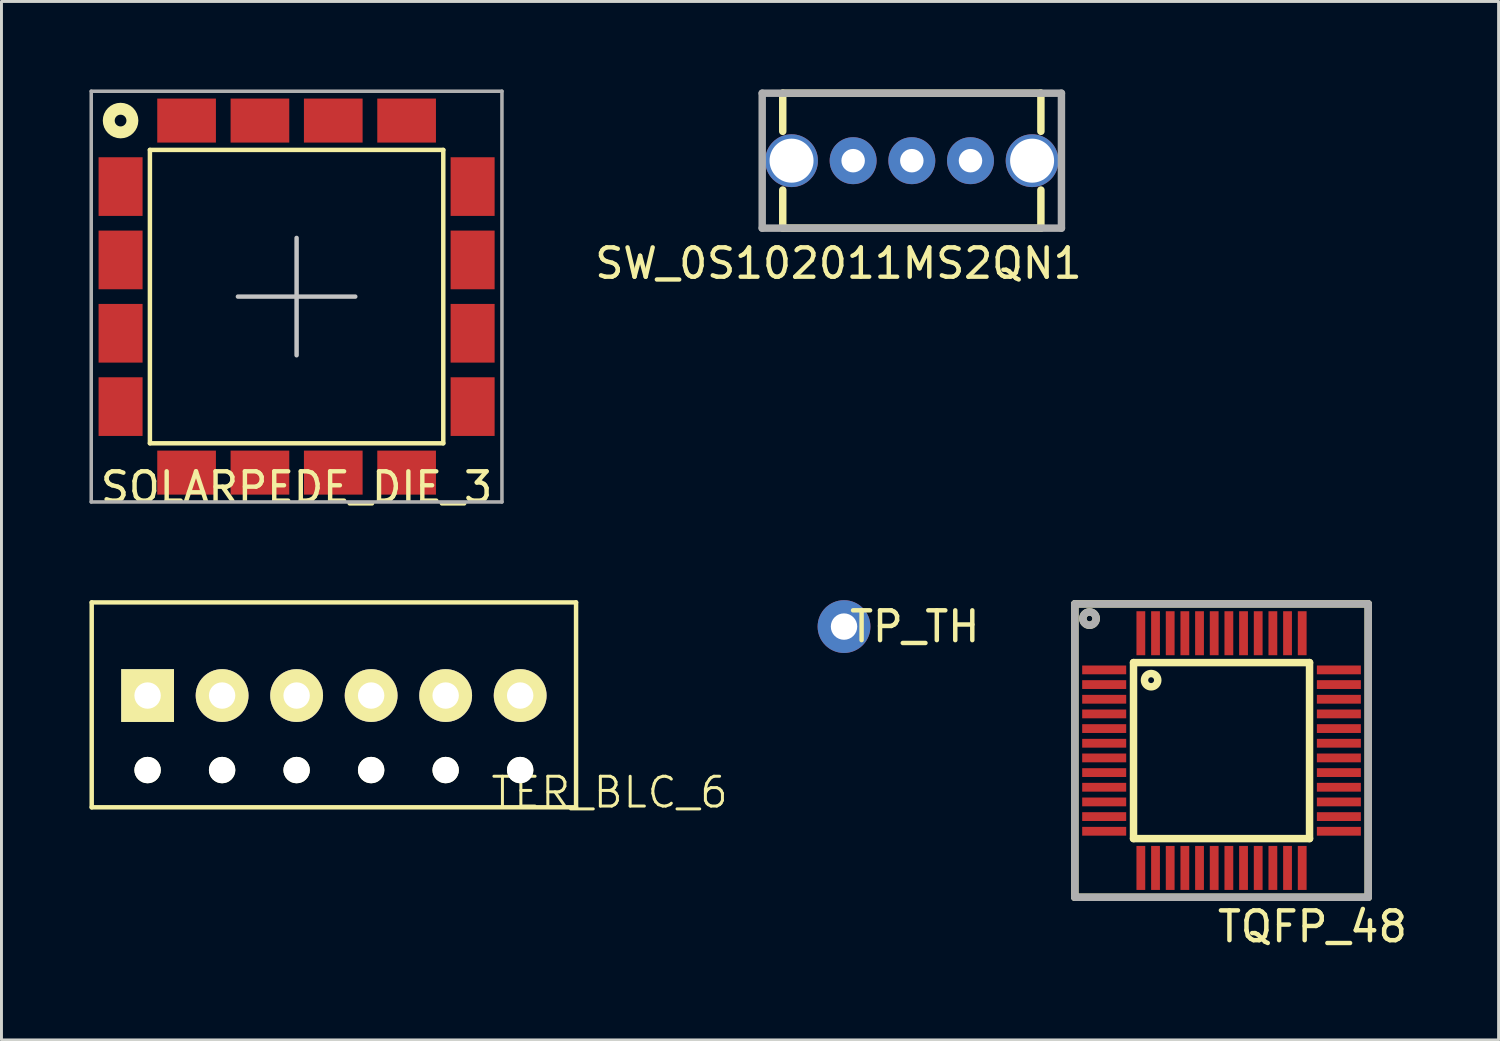
<source format=kicad_pcb>
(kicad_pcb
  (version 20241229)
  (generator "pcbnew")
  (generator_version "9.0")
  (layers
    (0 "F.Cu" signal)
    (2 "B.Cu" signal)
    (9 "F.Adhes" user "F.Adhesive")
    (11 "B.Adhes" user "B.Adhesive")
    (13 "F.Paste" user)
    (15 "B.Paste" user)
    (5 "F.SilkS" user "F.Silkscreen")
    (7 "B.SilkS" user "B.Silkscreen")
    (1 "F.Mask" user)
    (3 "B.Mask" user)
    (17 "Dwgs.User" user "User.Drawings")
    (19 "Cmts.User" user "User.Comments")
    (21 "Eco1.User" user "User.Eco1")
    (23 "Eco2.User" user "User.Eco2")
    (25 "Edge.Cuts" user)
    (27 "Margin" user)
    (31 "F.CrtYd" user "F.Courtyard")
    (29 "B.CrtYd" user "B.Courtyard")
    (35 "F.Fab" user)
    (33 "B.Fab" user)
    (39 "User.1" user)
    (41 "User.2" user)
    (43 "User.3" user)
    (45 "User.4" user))
  (footprint "TP_TH"
    (layer "F.Cu")
    (at 25.72 18.308)
    (property "Reference" "TP_TH" (at 2.413 0 0) (layer "F.SilkS") (effects (font (size 1.016 1.016) (thickness 0.152))))
    (attr through_hole)
    (pad "1" thru_hole circle (at 0 0) (size 1.8 1.8) (drill 0.9) (layers "*.Cu" "*.Mask")))
  (footprint "TER_BLC_6"
    (layer "F.Cu")
    (at 8.331 21.929)
    (property "Reference" "TER_BLC_6" (at 9.398 2.032 0) (layer "F.SilkS") (effects (font (size 1.016 1.016) (thickness 0.102))))
    (attr through_hole)
    (fp_line (start -8.255 -4.445) (end -8.255 2.54) (stroke (width 0.152) (type solid)) (layer "F.SilkS"))
    (fp_line (start -8.255 -4.445) (end 8.255 -4.445) (stroke (width 0.152) (type solid)) (layer "F.SilkS"))
    (fp_line (start 8.255 2.54) (end -8.255 2.54) (stroke (width 0.152) (type solid)) (layer "F.SilkS"))
    (fp_line (start 8.255 2.54) (end 8.255 -4.445) (stroke (width 0.152) (type solid)) (layer "F.SilkS"))
    (pad "" np_thru_hole circle (at -6.35 1.27) (size 0.9 0.9) (drill 0.9) (layers "*.Cu" "*.Mask" "F.SilkS"))
    (pad "" np_thru_hole circle (at -3.81 1.27) (size 0.9 0.9) (drill 0.9) (layers "*.Cu" "*.Mask" "F.SilkS"))
    (pad "" np_thru_hole circle (at -1.27 1.27) (size 0.9 0.9) (drill 0.9) (layers "*.Cu" "*.Mask" "F.SilkS"))
    (pad "" np_thru_hole circle (at 1.27 1.27) (size 0.9 0.9) (drill 0.9) (layers "*.Cu" "*.Mask" "F.SilkS"))
    (pad "" np_thru_hole circle (at 3.81 1.27) (size 0.9 0.9) (drill 0.9) (layers "*.Cu" "*.Mask" "F.SilkS"))
    (pad "" np_thru_hole circle (at 6.35 1.27) (size 0.9 0.9) (drill 0.9) (layers "*.Cu" "*.Mask" "F.SilkS"))
    (pad "1" thru_hole rect (at -6.35 -1.27) (size 1.8 1.8) (drill 0.9) (layers "*.Cu" "*.Mask" "F.SilkS"))
    (pad "2" thru_hole circle (at -3.81 -1.27) (size 1.8 1.8) (drill 0.9) (layers "*.Cu" "*.Mask" "F.SilkS"))
    (pad "3" thru_hole circle (at -1.27 -1.27) (size 1.8 1.8) (drill 0.9) (layers "*.Cu" "*.Mask" "F.SilkS"))
    (pad "4" thru_hole circle (at 1.27 -1.27) (size 1.8 1.8) (drill 0.9) (layers "*.Cu" "*.Mask" "F.SilkS"))
    (pad "5" thru_hole circle (at 3.81 -1.27) (size 1.8 1.8) (drill 0.9) (layers "*.Cu" "*.Mask" "F.SilkS"))
    (pad "6" thru_hole circle (at 6.35 -1.27) (size 1.8 1.8) (drill 0.9) (layers "*.Cu" "*.Mask" "F.SilkS")))
  (footprint "TQFP_48"
    (layer "F.Cu")
    (at 34.588 18.535)
    (property "Reference" "TQFP_48" (at 7.1 10 0) (layer "F.SilkS") (effects (font (size 1.016 1.016) (thickness 0.152))))
    (attr through_hole)
    (fp_line (start -1 -1) (end -1 9) (stroke (width 0.254) (type solid)) (layer "F.SilkS"))
    (fp_line (start -1 9) (end 9 9) (stroke (width 0.254) (type solid)) (layer "F.SilkS"))
    (fp_line (start 1 1) (end 7 1) (stroke (width 0.254) (type solid)) (layer "F.SilkS"))
    (fp_line (start 1 7) (end 1 1) (stroke (width 0.254) (type solid)) (layer "F.SilkS"))
    (fp_line (start 7 1) (end 7 7) (stroke (width 0.254) (type solid)) (layer "F.SilkS"))
    (fp_line (start 7 7) (end 1 7) (stroke (width 0.254) (type solid)) (layer "F.SilkS"))
    (fp_line (start 9 -1) (end -1 -1) (stroke (width 0.254) (type solid)) (layer "F.SilkS"))
    (fp_line (start 9 9) (end 9 -1) (stroke (width 0.254) (type solid)) (layer "F.SilkS"))
    (fp_circle (center -0.5 -0.5) (end -0.5 -0.4) (stroke (width 0.254) (type solid)) (fill no) (layer "F.SilkS"))
    (fp_circle (center 1.6 1.6) (end 1.6 1.7) (stroke (width 0.254) (type solid)) (fill no) (layer "F.SilkS"))
    (fp_line (start -1 -1) (end -1 9) (stroke (width 0.254) (type solid)) (layer "F.Fab"))
    (fp_line (start -1 9) (end 9 9) (stroke (width 0.254) (type solid)) (layer "F.Fab"))
    (fp_line (start 9 -1) (end -1 -1) (stroke (width 0.254) (type solid)) (layer "F.Fab"))
    (fp_line (start 9 9) (end 9 -1) (stroke (width 0.254) (type solid)) (layer "F.Fab"))
    (fp_circle (center -0.5 -0.5) (end -0.4 -0.5) (stroke (width 0.254) (type solid)) (fill no) (layer "F.Fab"))
    (pad "1" smd rect (at 0 1.25 90) (size 0.3 1.5) (layers "F.Cu" "F.Mask" "F.Paste"))
    (pad "2" smd rect (at 0 1.75 90) (size 0.3 1.5) (layers "F.Cu" "F.Mask" "F.Paste"))
    (pad "3" smd rect (at 0 2.25 90) (size 0.3 1.5) (layers "F.Cu" "F.Mask" "F.Paste"))
    (pad "4" smd rect (at 0 2.75 90) (size 0.3 1.5) (layers "F.Cu" "F.Mask" "F.Paste"))
    (pad "5" smd rect (at 0 3.25 90) (size 0.3 1.5) (layers "F.Cu" "F.Mask" "F.Paste"))
    (pad "6" smd rect (at 0 3.75 90) (size 0.3 1.5) (layers "F.Cu" "F.Mask" "F.Paste"))
    (pad "7" smd rect (at 0 4.25 90) (size 0.3 1.5) (layers "F.Cu" "F.Mask" "F.Paste"))
    (pad "8" smd rect (at 0 4.75 90) (size 0.3 1.5) (layers "F.Cu" "F.Mask" "F.Paste"))
    (pad "9" smd rect (at 0 5.25 90) (size 0.3 1.5) (layers "F.Cu" "F.Mask" "F.Paste"))
    (pad "10" smd rect (at 0 5.75 90) (size 0.3 1.5) (layers "F.Cu" "F.Mask" "F.Paste"))
    (pad "11" smd rect (at 0 6.25 90) (size 0.3 1.5) (layers "F.Cu" "F.Mask" "F.Paste"))
    (pad "12" smd rect (at 0 6.75 90) (size 0.3 1.5) (layers "F.Cu" "F.Mask" "F.Paste"))
    (pad "13" smd rect (at 1.25 8) (size 0.3 1.5) (layers "F.Cu" "F.Mask" "F.Paste"))
    (pad "14" smd rect (at 1.75 8) (size 0.3 1.5) (layers "F.Cu" "F.Mask" "F.Paste"))
    (pad "15" smd rect (at 2.25 8) (size 0.3 1.5) (layers "F.Cu" "F.Mask" "F.Paste"))
    (pad "16" smd rect (at 2.75 8) (size 0.3 1.5) (layers "F.Cu" "F.Mask" "F.Paste"))
    (pad "17" smd rect (at 3.25 8) (size 0.3 1.5) (layers "F.Cu" "F.Mask" "F.Paste"))
    (pad "18" smd rect (at 3.75 8) (size 0.3 1.5) (layers "F.Cu" "F.Mask" "F.Paste"))
    (pad "19" smd rect (at 4.25 8) (size 0.3 1.5) (layers "F.Cu" "F.Mask" "F.Paste"))
    (pad "20" smd rect (at 4.75 8) (size 0.3 1.5) (layers "F.Cu" "F.Mask" "F.Paste"))
    (pad "21" smd rect (at 5.25 8) (size 0.3 1.5) (layers "F.Cu" "F.Mask" "F.Paste"))
    (pad "22" smd rect (at 5.75 8) (size 0.3 1.5) (layers "F.Cu" "F.Mask" "F.Paste"))
    (pad "23" smd rect (at 6.25 8) (size 0.3 1.5) (layers "F.Cu" "F.Mask" "F.Paste"))
    (pad "24" smd rect (at 6.75 8) (size 0.3 1.5) (layers "F.Cu" "F.Mask" "F.Paste"))
    (pad "25" smd rect (at 8 6.75 90) (size 0.3 1.5) (layers "F.Cu" "F.Mask" "F.Paste"))
    (pad "26" smd rect (at 8 6.25 90) (size 0.3 1.5) (layers "F.Cu" "F.Mask" "F.Paste"))
    (pad "27" smd rect (at 8 5.75 90) (size 0.3 1.5) (layers "F.Cu" "F.Mask" "F.Paste"))
    (pad "28" smd rect (at 8 5.25 90) (size 0.3 1.5) (layers "F.Cu" "F.Mask" "F.Paste"))
    (pad "29" smd rect (at 8 4.75 90) (size 0.3 1.5) (layers "F.Cu" "F.Mask" "F.Paste"))
    (pad "30" smd rect (at 8 4.25 90) (size 0.3 1.5) (layers "F.Cu" "F.Mask" "F.Paste"))
    (pad "31" smd rect (at 8 3.75 90) (size 0.3 1.5) (layers "F.Cu" "F.Mask" "F.Paste"))
    (pad "32" smd rect (at 8 3.25 90) (size 0.3 1.5) (layers "F.Cu" "F.Mask" "F.Paste"))
    (pad "33" smd rect (at 8 2.75 90) (size 0.3 1.5) (layers "F.Cu" "F.Mask" "F.Paste"))
    (pad "34" smd rect (at 8 2.25 90) (size 0.3 1.5) (layers "F.Cu" "F.Mask" "F.Paste"))
    (pad "35" smd rect (at 8 1.75 90) (size 0.3 1.5) (layers "F.Cu" "F.Mask" "F.Paste"))
    (pad "36" smd rect (at 8 1.25 90) (size 0.3 1.5) (layers "F.Cu" "F.Mask" "F.Paste"))
    (pad "37" smd rect (at 6.75 0) (size 0.3 1.5) (layers "F.Cu" "F.Mask" "F.Paste"))
    (pad "38" smd rect (at 6.25 0) (size 0.3 1.5) (layers "F.Cu" "F.Mask" "F.Paste"))
    (pad "39" smd rect (at 5.75 0) (size 0.3 1.5) (layers "F.Cu" "F.Mask" "F.Paste"))
    (pad "40" smd rect (at 5.25 0) (size 0.3 1.5) (layers "F.Cu" "F.Mask" "F.Paste"))
    (pad "41" smd rect (at 4.75 0) (size 0.3 1.5) (layers "F.Cu" "F.Mask" "F.Paste"))
    (pad "42" smd rect (at 4.25 0) (size 0.3 1.5) (layers "F.Cu" "F.Mask" "F.Paste"))
    (pad "43" smd rect (at 3.75 0) (size 0.3 1.5) (layers "F.Cu" "F.Mask" "F.Paste"))
    (pad "44" smd rect (at 3.25 0) (size 0.3 1.5) (layers "F.Cu" "F.Mask" "F.Paste"))
    (pad "45" smd rect (at 2.75 0) (size 0.3 1.5) (layers "F.Cu" "F.Mask" "F.Paste"))
    (pad "46" smd rect (at 2.25 0) (size 0.3 1.5) (layers "F.Cu" "F.Mask" "F.Paste"))
    (pad "47" smd rect (at 1.75 0) (size 0.3 1.5) (layers "F.Cu" "F.Mask" "F.Paste"))
    (pad "48" smd rect (at 1.25 0) (size 0.3 1.5) (layers "F.Cu" "F.Mask" "F.Paste")))
  (footprint "SW_0S102011MS2QN1"
    (layer "F.Cu")
    (at 23.931 2.427)
    (property "Reference" "SW_0S102011MS2QN1" (at 1.6 3.5 0) (layer "F.SilkS") (effects (font (size 1 1) (thickness 0.15))))
    (attr through_hole)
    (fp_line (start -0.3 -2.3) (end -0.3 -1) (stroke (width 0.254) (type solid)) (layer "F.SilkS"))
    (fp_line (start -0.3 1) (end -0.3 2.3) (stroke (width 0.254) (type solid)) (layer "F.SilkS"))
    (fp_line (start -0.3 2.3) (end 8.5 2.3) (stroke (width 0.254) (type solid)) (layer "F.SilkS"))
    (fp_line (start 8.5 -2.3) (end -0.3 -2.3) (stroke (width 0.254) (type solid)) (layer "F.SilkS"))
    (fp_line (start 8.5 -2.3) (end 8.5 -1) (stroke (width 0.254) (type solid)) (layer "F.SilkS"))
    (fp_line (start 8.5 1) (end 8.5 2.3) (stroke (width 0.254) (type solid)) (layer "F.SilkS"))
    (fp_line (start -1 -2.3) (end 9.2 -2.3) (stroke (width 0.254) (type solid)) (layer "F.Fab"))
    (fp_line (start -1 2.3) (end -1 -2.3) (stroke (width 0.254) (type solid)) (layer "F.Fab"))
    (fp_line (start 9.2 -2.3) (end 9.2 2.3) (stroke (width 0.254) (type solid)) (layer "F.Fab"))
    (fp_line (start 9.2 2.3) (end -1 2.3) (stroke (width 0.254) (type solid)) (layer "F.Fab"))
    (pad "1" thru_hole circle (at 2.1 0) (size 1.6 1.6) (drill 0.8) (layers "*.Cu" "*.Mask"))
    (pad "2" thru_hole circle (at 4.1 0) (size 1.6 1.6) (drill 0.8) (layers "*.Cu" "*.Mask"))
    (pad "3" thru_hole circle (at 6.1 0) (size 1.6 1.6) (drill 0.8) (layers "*.Cu" "*.Mask"))
    (pad "~" thru_hole circle (at 0 0) (size 1.8 1.8) (drill 1.5) (layers "*.Cu" "*.Mask"))
    (pad "~" thru_hole circle (at 8.2 0) (size 1.8 1.8) (drill 1.5) (layers "*.Cu" "*.Mask")))
  (footprint "SOLARPEDE_DIE_3"
    (layer "F.Cu")
    (at 7.06 7.06)
    (property "Reference" "SOLARPEDE_DIE_3" (at 0 6.5 0) (layer "F.SilkS") (effects (font (size 1 1) (thickness 0.15))))
    (attr through_hole)
    (fp_line (start -5 -5) (end 5 -5) (stroke (width 0.152) (type solid)) (layer "F.SilkS"))
    (fp_line (start -5 5) (end -5 -5) (stroke (width 0.152) (type solid)) (layer "F.SilkS"))
    (fp_line (start 5 -5) (end 5 5) (stroke (width 0.152) (type solid)) (layer "F.SilkS"))
    (fp_line (start 5 5) (end -5 5) (stroke (width 0.152) (type solid)) (layer "F.SilkS"))
    (fp_circle (center -6 -6) (end -5.8 -6) (stroke (width 0.406) (type solid)) (fill no) (layer "F.SilkS"))
    (fp_line (start -2 0) (end 2 0) (stroke (width 0.152) (type solid)) (layer "Dwgs.User"))
    (fp_line (start 0 -2) (end 0 2) (stroke (width 0.152) (type solid)) (layer "Dwgs.User"))
    (fp_line (start -7 -7) (end 7 -7) (stroke (width 0.12) (type solid)) (layer "F.Fab"))
    (fp_line (start -7 7) (end -7 -7) (stroke (width 0.12) (type solid)) (layer "F.Fab"))
    (fp_line (start 7 -7) (end 7 7) (stroke (width 0.12) (type solid)) (layer "F.Fab"))
    (fp_line (start 7 7) (end -7 7) (stroke (width 0.12) (type solid)) (layer "F.Fab"))
    (pad "1" smd rect (at -6 -3.75) (size 1.5 2) (layers "F.Cu" "F.Mask" "F.Paste"))
    (pad "2" smd rect (at -6 -1.25) (size 1.5 2) (layers "F.Cu" "F.Mask" "F.Paste"))
    (pad "3" smd rect (at -6 1.25) (size 1.5 2) (layers "F.Cu" "F.Mask" "F.Paste"))
    (pad "4" smd rect (at -6 3.75) (size 1.5 2) (layers "F.Cu" "F.Mask" "F.Paste"))
    (pad "5" smd rect (at -3.75 6 90) (size 1.5 2) (layers "F.Cu" "F.Mask" "F.Paste"))
    (pad "6" smd rect (at -1.25 6 90) (size 1.5 2) (layers "F.Cu" "F.Mask" "F.Paste"))
    (pad "7" smd rect (at 1.25 6 90) (size 1.5 2) (layers "F.Cu" "F.Mask" "F.Paste"))
    (pad "8" smd rect (at 3.75 6 90) (size 1.5 2) (layers "F.Cu" "F.Mask" "F.Paste"))
    (pad "9" smd rect (at 6 3.75) (size 1.5 2) (layers "F.Cu" "F.Mask" "F.Paste"))
    (pad "10" smd rect (at 6 1.25) (size 1.5 2) (layers "F.Cu" "F.Mask" "F.Paste"))
    (pad "11" smd rect (at 6 -1.25) (size 1.5 2) (layers "F.Cu" "F.Mask" "F.Paste"))
    (pad "12" smd rect (at 6 -3.75) (size 1.5 2) (layers "F.Cu" "F.Mask" "F.Paste"))
    (pad "13" smd rect (at 3.75 -6 90) (size 1.5 2) (layers "F.Cu" "F.Mask" "F.Paste"))
    (pad "14" smd rect (at 1.25 -6 90) (size 1.5 2) (layers "F.Cu" "F.Mask" "F.Paste"))
    (pad "15" smd rect (at -1.25 -6 90) (size 1.5 2) (layers "F.Cu" "F.Mask" "F.Paste"))
    (pad "16" smd rect (at -3.75 -6 90) (size 1.5 2) (layers "F.Cu" "F.Mask" "F.Paste")))
  (gr_rect
    (start -3 -3)
    (end 48.032 32.397)
    (stroke (width 0.1) (type default))
    (fill no)
    (layer "Edge.Cuts")))
</source>
